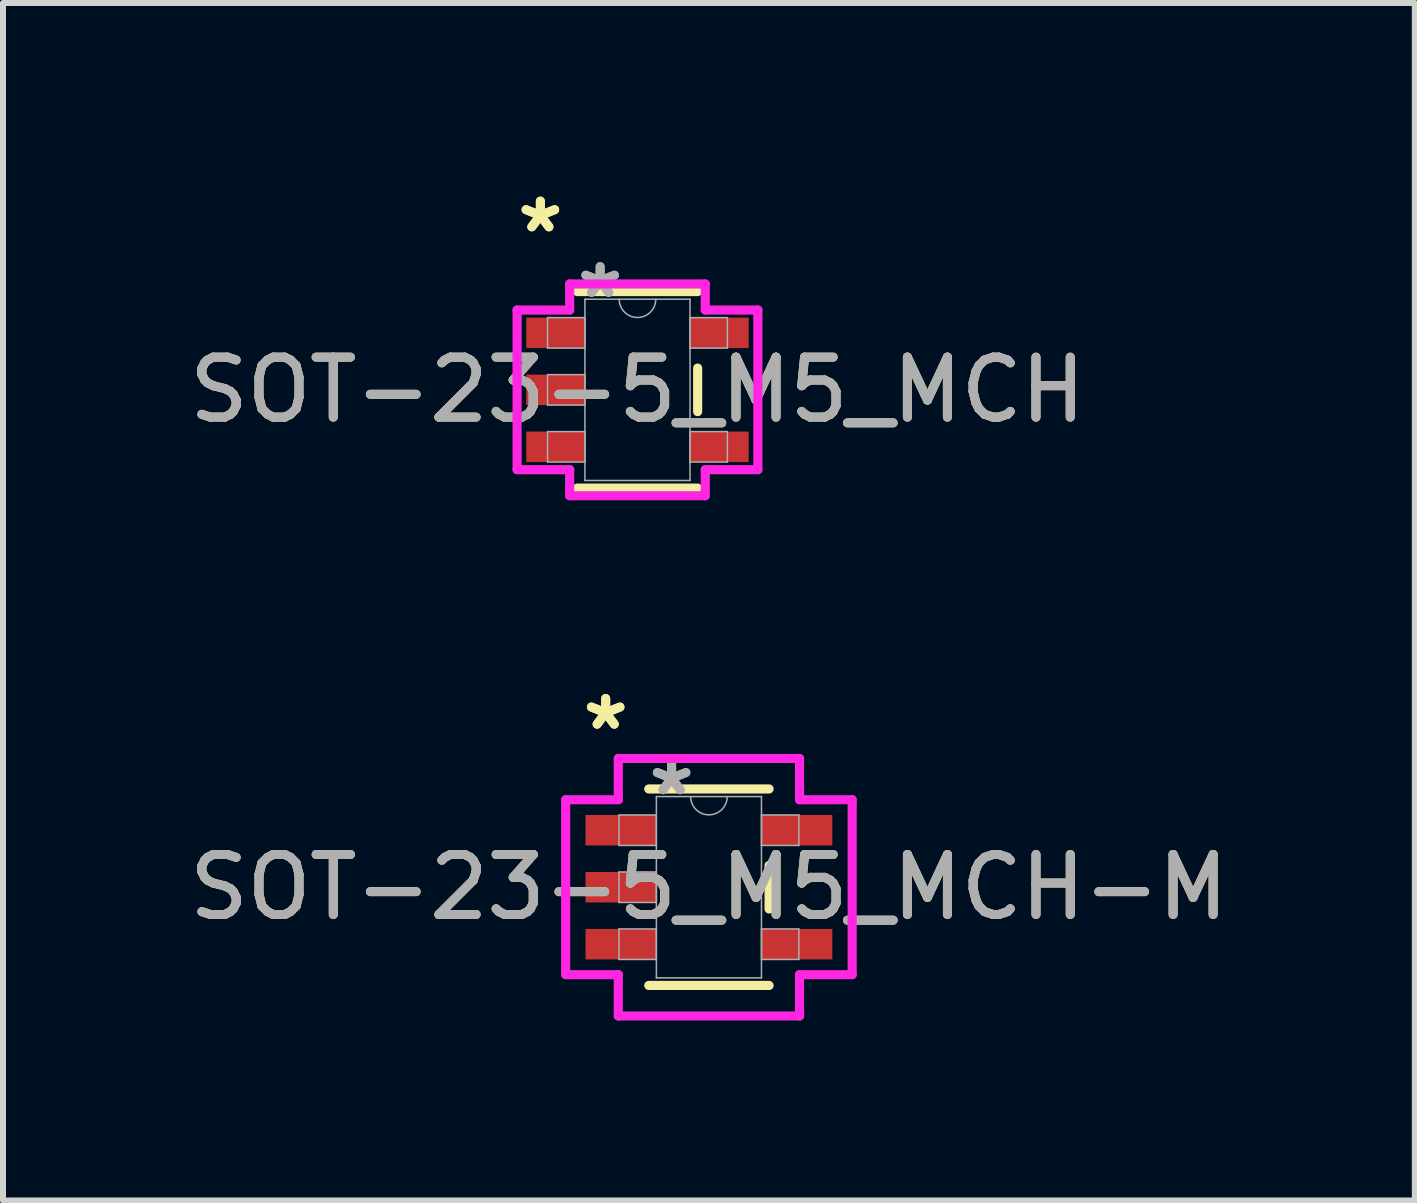
<source format=kicad_pcb>
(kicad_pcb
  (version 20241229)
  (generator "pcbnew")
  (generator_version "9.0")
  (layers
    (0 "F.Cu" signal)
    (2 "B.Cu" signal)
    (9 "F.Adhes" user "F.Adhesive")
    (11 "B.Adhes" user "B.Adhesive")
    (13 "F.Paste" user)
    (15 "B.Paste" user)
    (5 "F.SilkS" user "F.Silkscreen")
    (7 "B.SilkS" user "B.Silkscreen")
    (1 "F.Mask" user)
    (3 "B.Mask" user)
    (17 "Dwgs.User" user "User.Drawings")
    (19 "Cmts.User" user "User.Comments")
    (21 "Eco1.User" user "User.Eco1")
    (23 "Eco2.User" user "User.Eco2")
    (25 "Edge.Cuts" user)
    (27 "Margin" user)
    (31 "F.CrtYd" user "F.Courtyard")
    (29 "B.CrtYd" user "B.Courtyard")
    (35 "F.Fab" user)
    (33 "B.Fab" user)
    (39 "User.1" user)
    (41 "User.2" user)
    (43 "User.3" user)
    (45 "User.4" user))
  (footprint "SOT-23-5_M5_MCH-M"
    (layer "F.Cu")
    (at 8.768 11.74)
    (property "Reference" "SOT-23-5_M5_MCH-M" (at 0 0 0) (unlocked yes) (layer "F.SilkS") (effects (font (size 1 1) (thickness 0.15))))
    (attr smd)
    (fp_line (start -1.003 1.638) (end 1.003 1.638) (stroke (width 0.152) (type solid)) (layer "F.SilkS"))
    (fp_line (start 1.003 -1.638) (end -1.003 -1.638) (stroke (width 0.152) (type solid)) (layer "F.SilkS"))
    (fp_line (start 1.003 0.363) (end 1.003 -0.363) (stroke (width 0.152) (type solid)) (layer "F.SilkS"))
    (fp_line (start -2.388 -1.458) (end -1.511 -1.458) (stroke (width 0.152) (type solid)) (layer "F.CrtYd"))
    (fp_line (start -2.388 1.458) (end -2.388 -1.458) (stroke (width 0.152) (type solid)) (layer "F.CrtYd"))
    (fp_line (start -1.511 -2.146) (end 1.511 -2.146) (stroke (width 0.152) (type solid)) (layer "F.CrtYd"))
    (fp_line (start -1.511 -1.458) (end -1.511 -2.146) (stroke (width 0.152) (type solid)) (layer "F.CrtYd"))
    (fp_line (start -1.511 1.458) (end -2.388 1.458) (stroke (width 0.152) (type solid)) (layer "F.CrtYd"))
    (fp_line (start -1.511 2.146) (end -1.511 1.458) (stroke (width 0.152) (type solid)) (layer "F.CrtYd"))
    (fp_line (start 1.511 -2.146) (end 1.511 -1.458) (stroke (width 0.152) (type solid)) (layer "F.CrtYd"))
    (fp_line (start 1.511 -1.458) (end 2.388 -1.458) (stroke (width 0.152) (type solid)) (layer "F.CrtYd"))
    (fp_line (start 1.511 1.458) (end 1.511 2.146) (stroke (width 0.152) (type solid)) (layer "F.CrtYd"))
    (fp_line (start 1.511 2.146) (end -1.511 2.146) (stroke (width 0.152) (type solid)) (layer "F.CrtYd"))
    (fp_line (start 2.388 -1.458) (end 2.388 1.458) (stroke (width 0.152) (type solid)) (layer "F.CrtYd"))
    (fp_line (start 2.388 1.458) (end 1.511 1.458) (stroke (width 0.152) (type solid)) (layer "F.CrtYd"))
    (fp_line (start -1.499 -1.204) (end -1.499 -0.696) (stroke (width 0.025) (type solid)) (layer "F.Fab"))
    (fp_line (start -1.499 -0.696) (end -0.876 -0.696) (stroke (width 0.025) (type solid)) (layer "F.Fab"))
    (fp_line (start -1.499 -0.254) (end -1.499 0.254) (stroke (width 0.025) (type solid)) (layer "F.Fab"))
    (fp_line (start -1.499 0.254) (end -0.876 0.254) (stroke (width 0.025) (type solid)) (layer "F.Fab"))
    (fp_line (start -1.499 0.696) (end -1.499 1.204) (stroke (width 0.025) (type solid)) (layer "F.Fab"))
    (fp_line (start -1.499 1.204) (end -0.876 1.204) (stroke (width 0.025) (type solid)) (layer "F.Fab"))
    (fp_line (start -0.876 -1.511) (end -0.876 1.511) (stroke (width 0.025) (type solid)) (layer "F.Fab"))
    (fp_line (start -0.876 -1.204) (end -1.499 -1.204) (stroke (width 0.025) (type solid)) (layer "F.Fab"))
    (fp_line (start -0.876 -0.696) (end -0.876 -1.204) (stroke (width 0.025) (type solid)) (layer "F.Fab"))
    (fp_line (start -0.876 -0.254) (end -1.499 -0.254) (stroke (width 0.025) (type solid)) (layer "F.Fab"))
    (fp_line (start -0.876 0.254) (end -0.876 -0.254) (stroke (width 0.025) (type solid)) (layer "F.Fab"))
    (fp_line (start -0.876 0.696) (end -1.499 0.696) (stroke (width 0.025) (type solid)) (layer "F.Fab"))
    (fp_line (start -0.876 1.204) (end -0.876 0.696) (stroke (width 0.025) (type solid)) (layer "F.Fab"))
    (fp_line (start -0.876 1.511) (end 0.876 1.511) (stroke (width 0.025) (type solid)) (layer "F.Fab"))
    (fp_line (start 0.876 -1.511) (end -0.876 -1.511) (stroke (width 0.025) (type solid)) (layer "F.Fab"))
    (fp_line (start 0.876 -1.204) (end 0.876 -0.696) (stroke (width 0.025) (type solid)) (layer "F.Fab"))
    (fp_line (start 0.876 -0.696) (end 1.499 -0.696) (stroke (width 0.025) (type solid)) (layer "F.Fab"))
    (fp_line (start 0.876 0.696) (end 0.876 1.204) (stroke (width 0.025) (type solid)) (layer "F.Fab"))
    (fp_line (start 0.876 1.204) (end 1.499 1.204) (stroke (width 0.025) (type solid)) (layer "F.Fab"))
    (fp_line (start 0.876 1.511) (end 0.876 -1.511) (stroke (width 0.025) (type solid)) (layer "F.Fab"))
    (fp_line (start 1.499 -1.204) (end 0.876 -1.204) (stroke (width 0.025) (type solid)) (layer "F.Fab"))
    (fp_line (start 1.499 -0.696) (end 1.499 -1.204) (stroke (width 0.025) (type solid)) (layer "F.Fab"))
    (fp_line (start 1.499 0.696) (end 0.876 0.696) (stroke (width 0.025) (type solid)) (layer "F.Fab"))
    (fp_line (start 1.499 1.204) (end 1.499 0.696) (stroke (width 0.025) (type solid)) (layer "F.Fab"))
    (fp_arc (start 0.3048 -1.5113) (mid 0 -1.2065) (end -0.3048 -1.5113) (stroke (width 0.0254) (type solid)) (layer "F.Fab"))
    (fp_text user "*" (at -1.721 -2.601 0) (unlocked yes) (layer "F.SilkS") (effects (font (size 1 1) (thickness 0.15))))
    (fp_text user "*" (at -1.721 -2.601 0) (layer "F.SilkS") (effects (font (size 1 1) (thickness 0.15))))
    (fp_text user "${REFERENCE}" (at 0 0 0) (unlocked yes) (layer "F.Fab") (effects (font (size 1 1) (thickness 0.15))))
    (fp_text user "*" (at -0.622 -1.509 0) (unlocked yes) (layer "F.Fab") (effects (font (size 1 1) (thickness 0.15))))
    (fp_text user "*" (at -0.622 -1.509 0) (layer "F.Fab") (effects (font (size 1 1) (thickness 0.15))))
    (pad "1" smd rect (at -1.467 -0.95) (size 1.181 0.508) (layers "F.Cu" "F.Mask" "F.Paste"))
    (pad "2" smd rect (at -1.467 0) (size 1.181 0.508) (layers "F.Cu" "F.Mask" "F.Paste"))
    (pad "3" smd rect (at -1.467 0.95) (size 1.181 0.508) (layers "F.Cu" "F.Mask" "F.Paste"))
    (pad "4" smd rect (at 1.467 0.95) (size 1.181 0.508) (layers "F.Cu" "F.Mask" "F.Paste"))
    (pad "5" smd rect (at 1.467 -0.95) (size 1.181 0.508) (layers "F.Cu" "F.Mask" "F.Paste")))
  (footprint "SOT-23-5_M5_MCH"
    (layer "F.Cu")
    (at 7.577 3.449)
    (property "Reference" "SOT-23-5_M5_MCH" (at 0 0 0) (unlocked yes) (layer "F.SilkS") (effects (font (size 1 1) (thickness 0.15))))
    (attr smd)
    (fp_line (start -1.003 1.638) (end 1.003 1.638) (stroke (width 0.152) (type solid)) (layer "F.SilkS"))
    (fp_line (start 1.003 -1.638) (end -1.003 -1.638) (stroke (width 0.152) (type solid)) (layer "F.SilkS"))
    (fp_line (start 1.003 0.363) (end 1.003 -0.363) (stroke (width 0.152) (type solid)) (layer "F.SilkS"))
    (fp_line (start -2.007 -1.331) (end -1.13 -1.331) (stroke (width 0.152) (type solid)) (layer "F.CrtYd"))
    (fp_line (start -2.007 1.331) (end -2.007 -1.331) (stroke (width 0.152) (type solid)) (layer "F.CrtYd"))
    (fp_line (start -1.13 -1.765) (end 1.13 -1.765) (stroke (width 0.152) (type solid)) (layer "F.CrtYd"))
    (fp_line (start -1.13 -1.331) (end -1.13 -1.765) (stroke (width 0.152) (type solid)) (layer "F.CrtYd"))
    (fp_line (start -1.13 1.331) (end -2.007 1.331) (stroke (width 0.152) (type solid)) (layer "F.CrtYd"))
    (fp_line (start -1.13 1.765) (end -1.13 1.331) (stroke (width 0.152) (type solid)) (layer "F.CrtYd"))
    (fp_line (start 1.13 -1.765) (end 1.13 -1.331) (stroke (width 0.152) (type solid)) (layer "F.CrtYd"))
    (fp_line (start 1.13 -1.331) (end 2.007 -1.331) (stroke (width 0.152) (type solid)) (layer "F.CrtYd"))
    (fp_line (start 1.13 1.331) (end 1.13 1.765) (stroke (width 0.152) (type solid)) (layer "F.CrtYd"))
    (fp_line (start 1.13 1.765) (end -1.13 1.765) (stroke (width 0.152) (type solid)) (layer "F.CrtYd"))
    (fp_line (start 2.007 -1.331) (end 2.007 1.331) (stroke (width 0.152) (type solid)) (layer "F.CrtYd"))
    (fp_line (start 2.007 1.331) (end 1.13 1.331) (stroke (width 0.152) (type solid)) (layer "F.CrtYd"))
    (fp_line (start -1.499 -1.204) (end -1.499 -0.696) (stroke (width 0.025) (type solid)) (layer "F.Fab"))
    (fp_line (start -1.499 -0.696) (end -0.876 -0.696) (stroke (width 0.025) (type solid)) (layer "F.Fab"))
    (fp_line (start -1.499 -0.254) (end -1.499 0.254) (stroke (width 0.025) (type solid)) (layer "F.Fab"))
    (fp_line (start -1.499 0.254) (end -0.876 0.254) (stroke (width 0.025) (type solid)) (layer "F.Fab"))
    (fp_line (start -1.499 0.696) (end -1.499 1.204) (stroke (width 0.025) (type solid)) (layer "F.Fab"))
    (fp_line (start -1.499 1.204) (end -0.876 1.204) (stroke (width 0.025) (type solid)) (layer "F.Fab"))
    (fp_line (start -0.876 -1.511) (end -0.876 1.511) (stroke (width 0.025) (type solid)) (layer "F.Fab"))
    (fp_line (start -0.876 -1.204) (end -1.499 -1.204) (stroke (width 0.025) (type solid)) (layer "F.Fab"))
    (fp_line (start -0.876 -0.696) (end -0.876 -1.204) (stroke (width 0.025) (type solid)) (layer "F.Fab"))
    (fp_line (start -0.876 -0.254) (end -1.499 -0.254) (stroke (width 0.025) (type solid)) (layer "F.Fab"))
    (fp_line (start -0.876 0.254) (end -0.876 -0.254) (stroke (width 0.025) (type solid)) (layer "F.Fab"))
    (fp_line (start -0.876 0.696) (end -1.499 0.696) (stroke (width 0.025) (type solid)) (layer "F.Fab"))
    (fp_line (start -0.876 1.204) (end -0.876 0.696) (stroke (width 0.025) (type solid)) (layer "F.Fab"))
    (fp_line (start -0.876 1.511) (end 0.876 1.511) (stroke (width 0.025) (type solid)) (layer "F.Fab"))
    (fp_line (start 0.876 -1.511) (end -0.876 -1.511) (stroke (width 0.025) (type solid)) (layer "F.Fab"))
    (fp_line (start 0.876 -1.204) (end 0.876 -0.696) (stroke (width 0.025) (type solid)) (layer "F.Fab"))
    (fp_line (start 0.876 -0.696) (end 1.499 -0.696) (stroke (width 0.025) (type solid)) (layer "F.Fab"))
    (fp_line (start 0.876 0.696) (end 0.876 1.204) (stroke (width 0.025) (type solid)) (layer "F.Fab"))
    (fp_line (start 0.876 1.204) (end 1.499 1.204) (stroke (width 0.025) (type solid)) (layer "F.Fab"))
    (fp_line (start 0.876 1.511) (end 0.876 -1.511) (stroke (width 0.025) (type solid)) (layer "F.Fab"))
    (fp_line (start 1.499 -1.204) (end 0.876 -1.204) (stroke (width 0.025) (type solid)) (layer "F.Fab"))
    (fp_line (start 1.499 -0.696) (end 1.499 -1.204) (stroke (width 0.025) (type solid)) (layer "F.Fab"))
    (fp_line (start 1.499 0.696) (end 0.876 0.696) (stroke (width 0.025) (type solid)) (layer "F.Fab"))
    (fp_line (start 1.499 1.204) (end 1.499 0.696) (stroke (width 0.025) (type solid)) (layer "F.Fab"))
    (fp_arc (start 0.3048 -1.5113) (mid 0 -1.2065) (end -0.3048 -1.5113) (stroke (width 0.0254) (type solid)) (layer "F.Fab"))
    (fp_text user "*" (at -1.619 -2.601 0) (layer "F.SilkS") (effects (font (size 1 1) (thickness 0.15))))
    (fp_text user "*" (at -1.619 -2.601 0) (unlocked yes) (layer "F.SilkS") (effects (font (size 1 1) (thickness 0.15))))
    (fp_text user "*" (at -0.622 -1.509 0) (unlocked yes) (layer "F.Fab") (effects (font (size 1 1) (thickness 0.15))))
    (fp_text user "*" (at -0.622 -1.509 0) (layer "F.Fab") (effects (font (size 1 1) (thickness 0.15))))
    (fp_text user "${REFERENCE}" (at 0 0 0) (unlocked yes) (layer "F.Fab") (effects (font (size 1 1) (thickness 0.15))))
    (pad "1" smd rect (at -1.365 -0.95) (size 0.978 0.508) (layers "F.Cu" "F.Mask" "F.Paste"))
    (pad "2" smd rect (at -1.365 0) (size 0.978 0.508) (layers "F.Cu" "F.Mask" "F.Paste"))
    (pad "3" smd rect (at -1.365 0.95) (size 0.978 0.508) (layers "F.Cu" "F.Mask" "F.Paste"))
    (pad "4" smd rect (at 1.365 0.95) (size 0.978 0.508) (layers "F.Cu" "F.Mask" "F.Paste"))
    (pad "5" smd rect (at 1.365 -0.95) (size 0.978 0.508) (layers "F.Cu" "F.Mask" "F.Paste")))
  (gr_rect
    (start -3 -3)
    (end 20.536 16.962)
    (stroke (width 0.1) (type default))
    (fill no)
    (layer "Edge.Cuts")))
</source>
